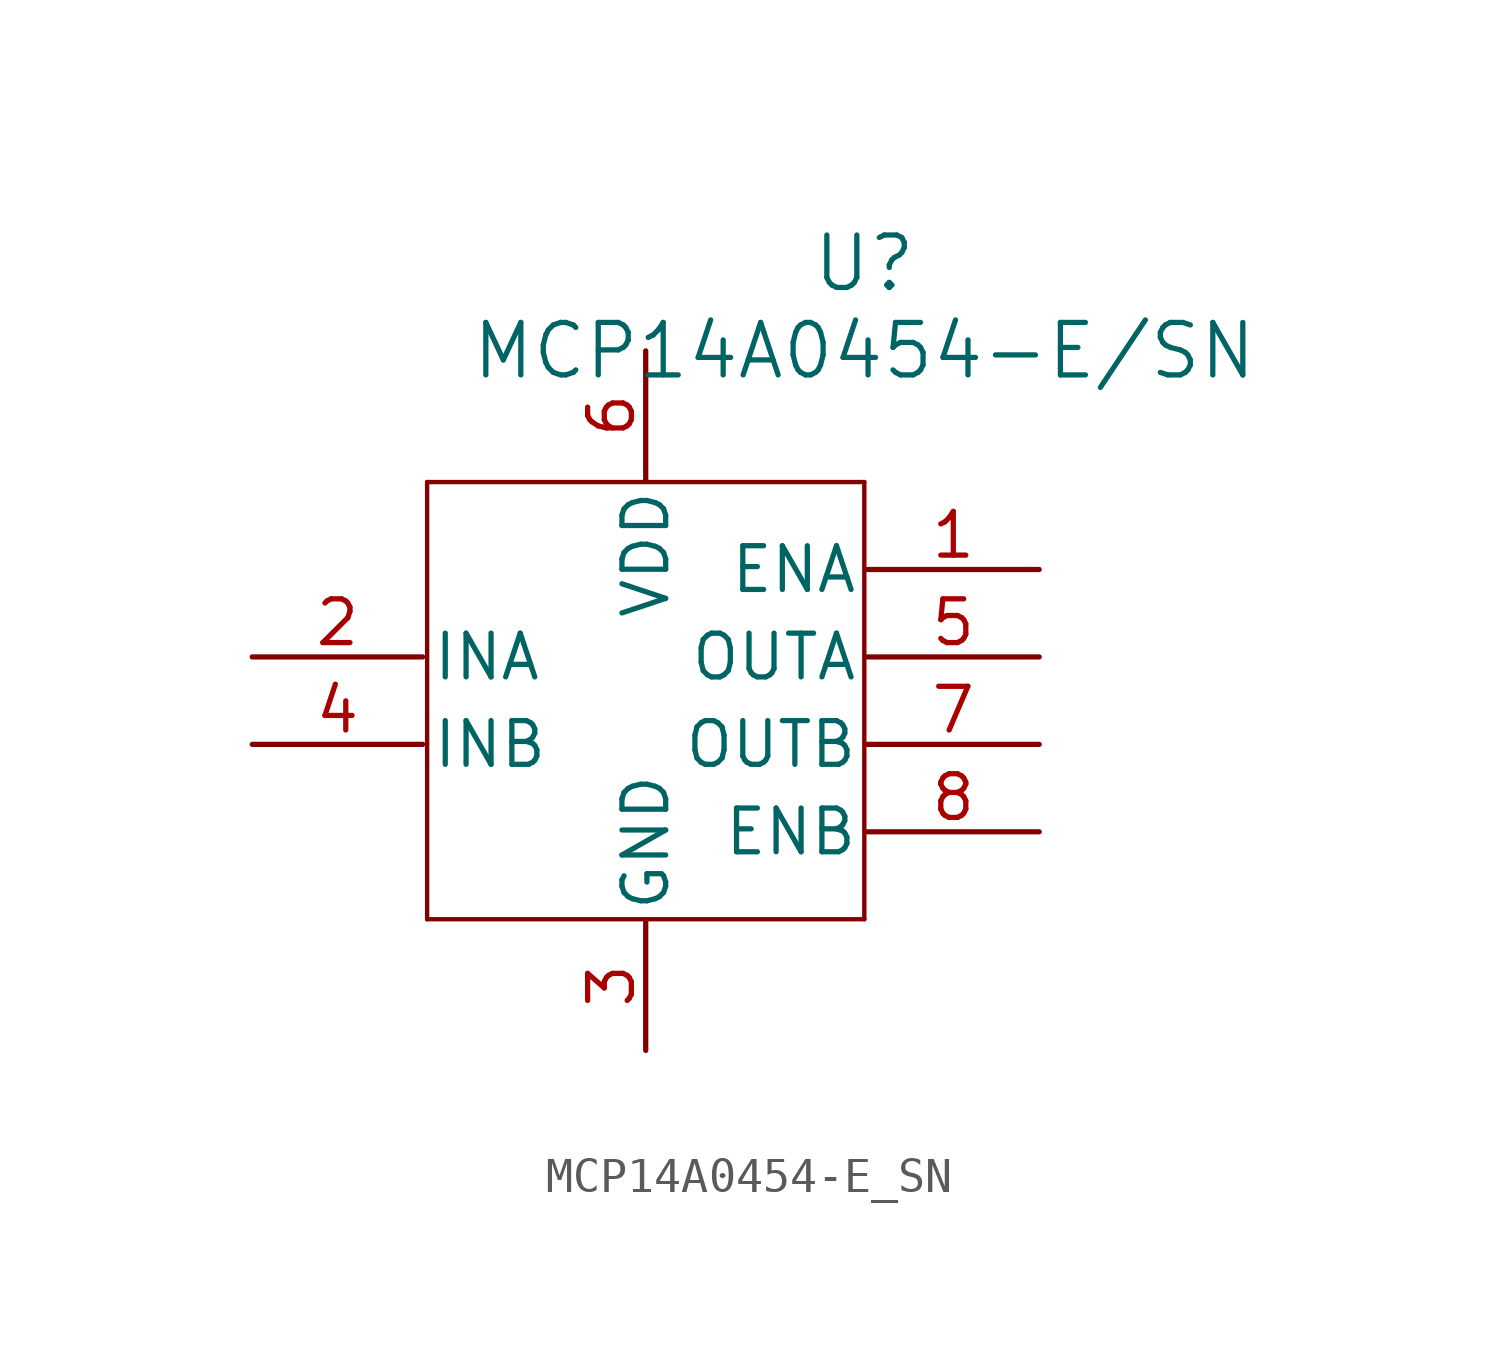
<source format=kicad_sym>
(kicad_symbol_lib
  (version 20241209)
  (generator "kicad_symbol_editor")
  (generator_version "9.0")
  (symbol "MCP14A0454-E_SN"
    (pin_names
      (offset 0.254))
    (property "Reference" "U"
      (at 20.32 10.16 0)
      (effects (font (size 1.524 1.524))))
    (property "Value" "MCP14A0454-E/SN"
      (at 20.32 7.62 0)
      (effects (font (size 1.524 1.524))))
    (symbol "MCP14A0454-E_SN_0_1"
      (polyline (pts (xy 7.62 3.81) (xy 7.62 -8.89)) (stroke (width 0.127) (type default)) (fill (type none)))
      (polyline (pts (xy 7.62 -8.89) (xy 20.32 -8.89)) (stroke (width 0.127) (type default)) (fill (type none)))
      (polyline (pts (xy 20.32 3.81) (xy 7.62 3.81)) (stroke (width 0.127) (type default)) (fill (type none)))
      (polyline (pts (xy 20.32 -8.89) (xy 20.32 3.81)) (stroke (width 0.127) (type default)) (fill (type none))))
    (symbol "MCP14A0454-E_SN_1_1"
      (pin input line (at 2.54 -1.27 0) (length 4.95) (name "INA" (effects (font (size 1.27 1.27)))) (number "2" (effects (font (size 1.27 1.27)))))
      (pin input line (at 2.54 -3.81 0) (length 4.95) (name "INB" (effects (font (size 1.27 1.27)))) (number "4" (effects (font (size 1.27 1.27)))))
      (pin power_in line (at 13.97 7.62 270) (length 3.75) (name "VDD" (effects (font (size 1.27 1.27)))) (number "6" (effects (font (size 1.27 1.27)))))
      (pin power_out line (at 13.97 -12.7 90) (length 3.75) (name "GND" (effects (font (size 1.27 1.27)))) (number "3" (effects (font (size 1.27 1.27)))))
      (pin input line (at 25.4 1.27 180) (length 4.99) (name "ENA" (effects (font (size 1.27 1.27)))) (number "1" (effects (font (size 1.27 1.27)))))
      (pin output line (at 25.4 -1.27 180) (length 4.99) (name "OUTA" (effects (font (size 1.27 1.27)))) (number "5" (effects (font (size 1.27 1.27)))))
      (pin output line (at 25.4 -3.81 180) (length 4.99) (name "OUTB" (effects (font (size 1.27 1.27)))) (number "7" (effects (font (size 1.27 1.27)))))
      (pin input line (at 25.4 -6.35 180) (length 4.99) (name "ENB" (effects (font (size 1.27 1.27)))) (number "8" (effects (font (size 1.27 1.27))))))))
</source>
